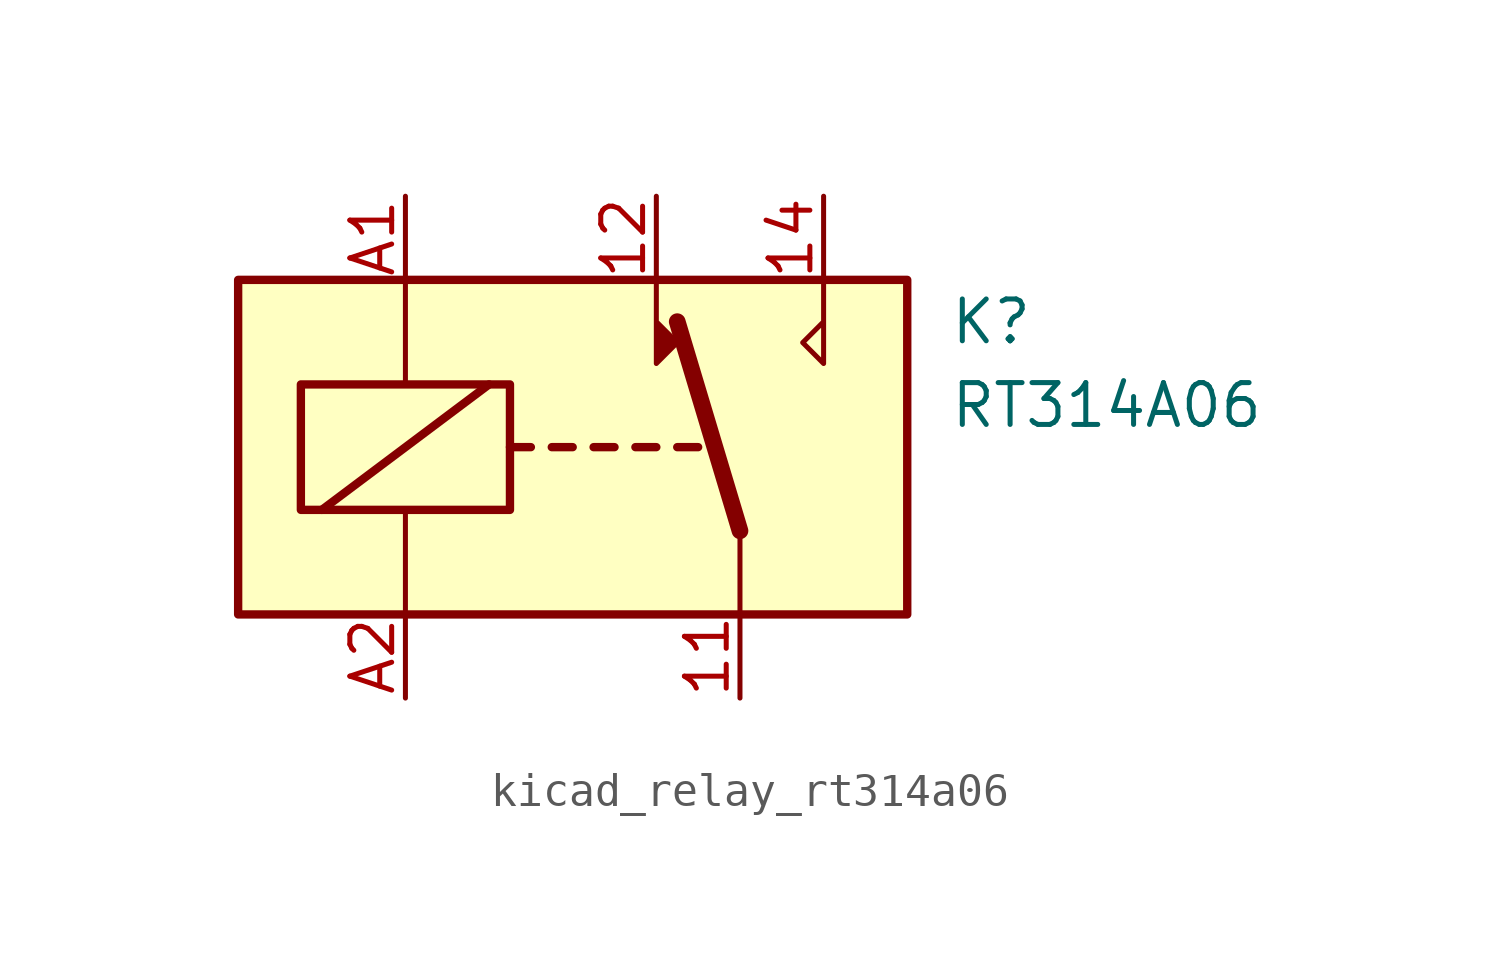
<source format=kicad_sym>
(kicad_symbol_lib
  (version 20220914)
  (generator kicad_symbol_editor)
  (symbol "kicad_relay_rt314a06"
    (property "Reference" "K"
      (at 11.43 3.81 0)
      (effects (font (size 1.27 1.27)) (justify left)))
    (property "Value" "RT314A06"
      (at 11.43 1.27 0)
      (effects (font (size 1.27 1.27)) (justify left)))
    (symbol "kicad_relay_rt314a06_0_0"
      (polyline (pts (xy -2.54 1.905) (xy -7.62 -1.905)) (stroke (width 0.254) (type default)) (fill (type none))))
    (symbol "kicad_relay_rt314a06_0_1"
      (rectangle (start -10.16 5.08) (end 10.16 -5.08) (stroke (width 0.254) (type default)) (fill (type background)))
      (rectangle (start -8.255 1.905) (end -1.905 -1.905) (stroke (width 0.254) (type default)) (fill (type none)))
      (polyline (pts (xy -5.08 -5.08) (xy -5.08 -1.905)) (stroke (width 0) (type default)) (fill (type none)))
      (polyline (pts (xy -5.08 5.08) (xy -5.08 1.905)) (stroke (width 0) (type default)) (fill (type none)))
      (polyline (pts (xy -1.905 0) (xy -1.27 0)) (stroke (width 0.254) (type default)) (fill (type none)))
      (polyline (pts (xy -0.635 0) (xy 0 0)) (stroke (width 0.254) (type default)) (fill (type none)))
      (polyline (pts (xy 0.635 0) (xy 1.27 0)) (stroke (width 0.254) (type default)) (fill (type none)))
      (polyline (pts (xy 1.905 0) (xy 2.54 0)) (stroke (width 0.254) (type default)) (fill (type none)))
      (polyline (pts (xy 3.175 0) (xy 3.81 0)) (stroke (width 0.254) (type default)) (fill (type none)))
      (polyline (pts (xy 5.08 -2.54) (xy 3.175 3.81)) (stroke (width 0.508) (type default)) (fill (type none)))
      (polyline (pts (xy 5.08 -2.54) (xy 5.08 -5.08)) (stroke (width 0) (type default)) (fill (type none)))
      (polyline (pts (xy 2.54 5.08) (xy 2.54 2.54) (xy 3.175 3.175) (xy 2.54 3.81)) (stroke (width 0) (type default)) (fill (type outline)))
      (polyline (pts (xy 7.62 5.08) (xy 7.62 2.54) (xy 6.985 3.175) (xy 7.62 3.81)) (stroke (width 0) (type default)) (fill (type none))))
    (symbol "kicad_relay_rt314a06_1_1"
      (pin passive line (at 5.08 -7.62 90) (length 2.54) (name "~" (effects (font (size 1.27 1.27)))) (number "11" (effects (font (size 1.27 1.27)))))
      (pin passive line (at 2.54 7.62 270) (length 2.54) (name "~" (effects (font (size 1.27 1.27)))) (number "12" (effects (font (size 1.27 1.27)))))
      (pin passive line (at 7.62 7.62 270) (length 2.54) (name "~" (effects (font (size 1.27 1.27)))) (number "14" (effects (font (size 1.27 1.27)))))
      (pin passive line (at -5.08 7.62 270) (length 2.54) (name "~" (effects (font (size 1.27 1.27)))) (number "A1" (effects (font (size 1.27 1.27)))))
      (pin passive line (at -5.08 -7.62 90) (length 2.54) (name "~" (effects (font (size 1.27 1.27)))) (number "A2" (effects (font (size 1.27 1.27))))))))
</source>
